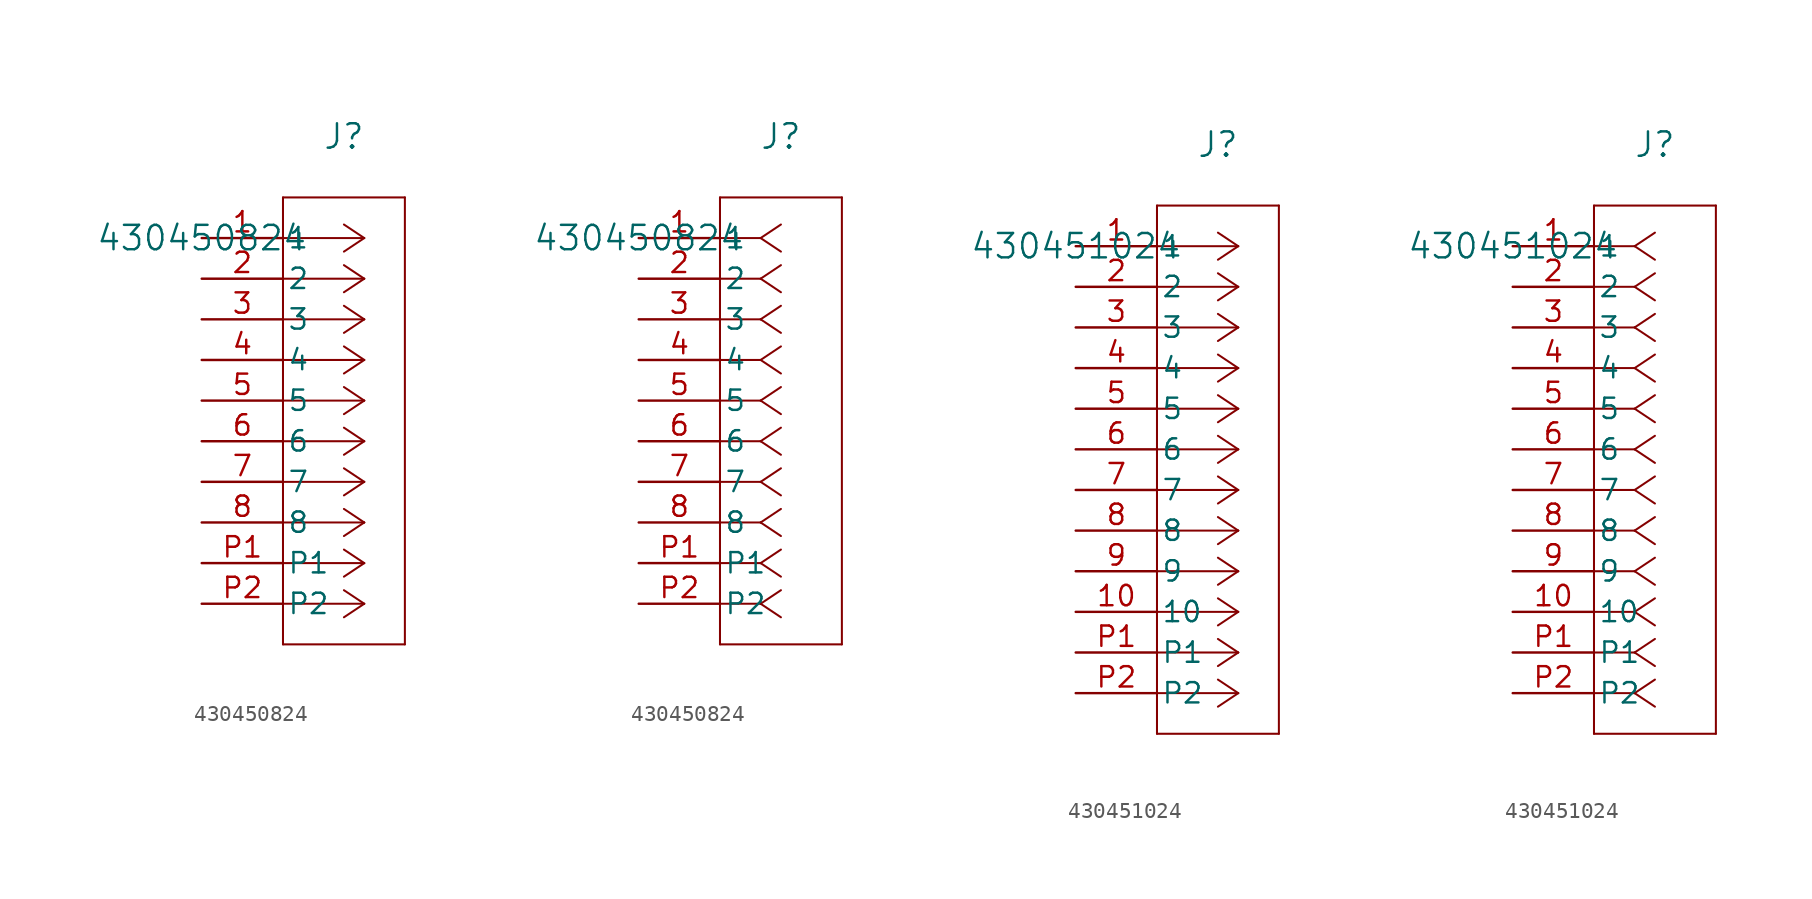
<source format=kicad_sym>
(kicad_symbol_lib
  (version 20220914)
  (generator kicad_symbol_editor)
  (symbol "430450824"
    (pin_names
      (offset 0.254))
    (property "Reference" "J"
      (at 8.89 6.35 0)
      (effects (font (size 1.524 1.524))))
    (property "Value" "430450824"
      (at 0 0 0)
      (effects (font (size 1.524 1.524))))
    (property "ki_locked" ""
      (at 0 0 0)
      (effects (font (size 1.27 1.27))))
    (symbol "430450824_1_1"
      (polyline (pts (xy 5.08 -25.4) (xy 12.7 -25.4)) (stroke (width 0.127) (type default)) (fill (type none)))
      (polyline (pts (xy 5.08 2.54) (xy 5.08 -25.4)) (stroke (width 0.127) (type default)) (fill (type none)))
      (polyline (pts (xy 10.16 -22.86) (xy 5.08 -22.86)) (stroke (width 0.127) (type default)) (fill (type none)))
      (polyline (pts (xy 10.16 -22.86) (xy 8.89 -23.707)) (stroke (width 0.127) (type default)) (fill (type none)))
      (polyline (pts (xy 10.16 -22.86) (xy 8.89 -22.013)) (stroke (width 0.127) (type default)) (fill (type none)))
      (polyline (pts (xy 10.16 -20.32) (xy 5.08 -20.32)) (stroke (width 0.127) (type default)) (fill (type none)))
      (polyline (pts (xy 10.16 -20.32) (xy 8.89 -21.167)) (stroke (width 0.127) (type default)) (fill (type none)))
      (polyline (pts (xy 10.16 -20.32) (xy 8.89 -19.473)) (stroke (width 0.127) (type default)) (fill (type none)))
      (polyline (pts (xy 10.16 -17.78) (xy 5.08 -17.78)) (stroke (width 0.127) (type default)) (fill (type none)))
      (polyline (pts (xy 10.16 -17.78) (xy 8.89 -18.627)) (stroke (width 0.127) (type default)) (fill (type none)))
      (polyline (pts (xy 10.16 -17.78) (xy 8.89 -16.933)) (stroke (width 0.127) (type default)) (fill (type none)))
      (polyline (pts (xy 10.16 -15.24) (xy 5.08 -15.24)) (stroke (width 0.127) (type default)) (fill (type none)))
      (polyline (pts (xy 10.16 -15.24) (xy 8.89 -16.087)) (stroke (width 0.127) (type default)) (fill (type none)))
      (polyline (pts (xy 10.16 -15.24) (xy 8.89 -14.393)) (stroke (width 0.127) (type default)) (fill (type none)))
      (polyline (pts (xy 10.16 -12.7) (xy 5.08 -12.7)) (stroke (width 0.127) (type default)) (fill (type none)))
      (polyline (pts (xy 10.16 -12.7) (xy 8.89 -13.547)) (stroke (width 0.127) (type default)) (fill (type none)))
      (polyline (pts (xy 10.16 -12.7) (xy 8.89 -11.853)) (stroke (width 0.127) (type default)) (fill (type none)))
      (polyline (pts (xy 10.16 -10.16) (xy 5.08 -10.16)) (stroke (width 0.127) (type default)) (fill (type none)))
      (polyline (pts (xy 10.16 -10.16) (xy 8.89 -11.007)) (stroke (width 0.127) (type default)) (fill (type none)))
      (polyline (pts (xy 10.16 -10.16) (xy 8.89 -9.313)) (stroke (width 0.127) (type default)) (fill (type none)))
      (polyline (pts (xy 10.16 -7.62) (xy 5.08 -7.62)) (stroke (width 0.127) (type default)) (fill (type none)))
      (polyline (pts (xy 10.16 -7.62) (xy 8.89 -8.467)) (stroke (width 0.127) (type default)) (fill (type none)))
      (polyline (pts (xy 10.16 -7.62) (xy 8.89 -6.773)) (stroke (width 0.127) (type default)) (fill (type none)))
      (polyline (pts (xy 10.16 -5.08) (xy 5.08 -5.08)) (stroke (width 0.127) (type default)) (fill (type none)))
      (polyline (pts (xy 10.16 -5.08) (xy 8.89 -5.927)) (stroke (width 0.127) (type default)) (fill (type none)))
      (polyline (pts (xy 10.16 -5.08) (xy 8.89 -4.233)) (stroke (width 0.127) (type default)) (fill (type none)))
      (polyline (pts (xy 10.16 -2.54) (xy 5.08 -2.54)) (stroke (width 0.127) (type default)) (fill (type none)))
      (polyline (pts (xy 10.16 -2.54) (xy 8.89 -3.387)) (stroke (width 0.127) (type default)) (fill (type none)))
      (polyline (pts (xy 10.16 -2.54) (xy 8.89 -1.693)) (stroke (width 0.127) (type default)) (fill (type none)))
      (polyline (pts (xy 10.16 0) (xy 5.08 0)) (stroke (width 0.127) (type default)) (fill (type none)))
      (polyline (pts (xy 10.16 0) (xy 8.89 -0.847)) (stroke (width 0.127) (type default)) (fill (type none)))
      (polyline (pts (xy 10.16 0) (xy 8.89 0.847)) (stroke (width 0.127) (type default)) (fill (type none)))
      (polyline (pts (xy 12.7 -25.4) (xy 12.7 2.54)) (stroke (width 0.127) (type default)) (fill (type none)))
      (polyline (pts (xy 12.7 2.54) (xy 5.08 2.54)) (stroke (width 0.127) (type default)) (fill (type none)))
      (pin unspecified line (at 0 0 0) (length 5.08) (name "1" (effects (font (size 1.27 1.27)))) (number "1" (effects (font (size 1.27 1.27)))))
      (pin unspecified line (at 0 -2.54 0) (length 5.08) (name "2" (effects (font (size 1.27 1.27)))) (number "2" (effects (font (size 1.27 1.27)))))
      (pin unspecified line (at 0 -5.08 0) (length 5.08) (name "3" (effects (font (size 1.27 1.27)))) (number "3" (effects (font (size 1.27 1.27)))))
      (pin unspecified line (at 0 -7.62 0) (length 5.08) (name "4" (effects (font (size 1.27 1.27)))) (number "4" (effects (font (size 1.27 1.27)))))
      (pin unspecified line (at 0 -10.16 0) (length 5.08) (name "5" (effects (font (size 1.27 1.27)))) (number "5" (effects (font (size 1.27 1.27)))))
      (pin unspecified line (at 0 -12.7 0) (length 5.08) (name "6" (effects (font (size 1.27 1.27)))) (number "6" (effects (font (size 1.27 1.27)))))
      (pin unspecified line (at 0 -15.24 0) (length 5.08) (name "7" (effects (font (size 1.27 1.27)))) (number "7" (effects (font (size 1.27 1.27)))))
      (pin unspecified line (at 0 -17.78 0) (length 5.08) (name "8" (effects (font (size 1.27 1.27)))) (number "8" (effects (font (size 1.27 1.27)))))
      (pin unspecified line (at 0 -20.32 0) (length 5.08) (name "P1" (effects (font (size 1.27 1.27)))) (number "P1" (effects (font (size 1.27 1.27)))))
      (pin unspecified line (at 0 -22.86 0) (length 5.08) (name "P2" (effects (font (size 1.27 1.27)))) (number "P2" (effects (font (size 1.27 1.27))))))
    (symbol "430450824_1_2"
      (polyline (pts (xy 5.08 -25.4) (xy 12.7 -25.4)) (stroke (width 0.127) (type default)) (fill (type none)))
      (polyline (pts (xy 5.08 2.54) (xy 5.08 -25.4)) (stroke (width 0.127) (type default)) (fill (type none)))
      (polyline (pts (xy 7.62 -22.86) (xy 5.08 -22.86)) (stroke (width 0.127) (type default)) (fill (type none)))
      (polyline (pts (xy 7.62 -22.86) (xy 8.89 -23.707)) (stroke (width 0.127) (type default)) (fill (type none)))
      (polyline (pts (xy 7.62 -22.86) (xy 8.89 -22.013)) (stroke (width 0.127) (type default)) (fill (type none)))
      (polyline (pts (xy 7.62 -20.32) (xy 5.08 -20.32)) (stroke (width 0.127) (type default)) (fill (type none)))
      (polyline (pts (xy 7.62 -20.32) (xy 8.89 -21.167)) (stroke (width 0.127) (type default)) (fill (type none)))
      (polyline (pts (xy 7.62 -20.32) (xy 8.89 -19.473)) (stroke (width 0.127) (type default)) (fill (type none)))
      (polyline (pts (xy 7.62 -17.78) (xy 5.08 -17.78)) (stroke (width 0.127) (type default)) (fill (type none)))
      (polyline (pts (xy 7.62 -17.78) (xy 8.89 -18.627)) (stroke (width 0.127) (type default)) (fill (type none)))
      (polyline (pts (xy 7.62 -17.78) (xy 8.89 -16.933)) (stroke (width 0.127) (type default)) (fill (type none)))
      (polyline (pts (xy 7.62 -15.24) (xy 5.08 -15.24)) (stroke (width 0.127) (type default)) (fill (type none)))
      (polyline (pts (xy 7.62 -15.24) (xy 8.89 -16.087)) (stroke (width 0.127) (type default)) (fill (type none)))
      (polyline (pts (xy 7.62 -15.24) (xy 8.89 -14.393)) (stroke (width 0.127) (type default)) (fill (type none)))
      (polyline (pts (xy 7.62 -12.7) (xy 5.08 -12.7)) (stroke (width 0.127) (type default)) (fill (type none)))
      (polyline (pts (xy 7.62 -12.7) (xy 8.89 -13.547)) (stroke (width 0.127) (type default)) (fill (type none)))
      (polyline (pts (xy 7.62 -12.7) (xy 8.89 -11.853)) (stroke (width 0.127) (type default)) (fill (type none)))
      (polyline (pts (xy 7.62 -10.16) (xy 5.08 -10.16)) (stroke (width 0.127) (type default)) (fill (type none)))
      (polyline (pts (xy 7.62 -10.16) (xy 8.89 -11.007)) (stroke (width 0.127) (type default)) (fill (type none)))
      (polyline (pts (xy 7.62 -10.16) (xy 8.89 -9.313)) (stroke (width 0.127) (type default)) (fill (type none)))
      (polyline (pts (xy 7.62 -7.62) (xy 5.08 -7.62)) (stroke (width 0.127) (type default)) (fill (type none)))
      (polyline (pts (xy 7.62 -7.62) (xy 8.89 -8.467)) (stroke (width 0.127) (type default)) (fill (type none)))
      (polyline (pts (xy 7.62 -7.62) (xy 8.89 -6.773)) (stroke (width 0.127) (type default)) (fill (type none)))
      (polyline (pts (xy 7.62 -5.08) (xy 5.08 -5.08)) (stroke (width 0.127) (type default)) (fill (type none)))
      (polyline (pts (xy 7.62 -5.08) (xy 8.89 -5.927)) (stroke (width 0.127) (type default)) (fill (type none)))
      (polyline (pts (xy 7.62 -5.08) (xy 8.89 -4.233)) (stroke (width 0.127) (type default)) (fill (type none)))
      (polyline (pts (xy 7.62 -2.54) (xy 5.08 -2.54)) (stroke (width 0.127) (type default)) (fill (type none)))
      (polyline (pts (xy 7.62 -2.54) (xy 8.89 -3.387)) (stroke (width 0.127) (type default)) (fill (type none)))
      (polyline (pts (xy 7.62 -2.54) (xy 8.89 -1.693)) (stroke (width 0.127) (type default)) (fill (type none)))
      (polyline (pts (xy 7.62 0) (xy 5.08 0)) (stroke (width 0.127) (type default)) (fill (type none)))
      (polyline (pts (xy 7.62 0) (xy 8.89 -0.847)) (stroke (width 0.127) (type default)) (fill (type none)))
      (polyline (pts (xy 7.62 0) (xy 8.89 0.847)) (stroke (width 0.127) (type default)) (fill (type none)))
      (polyline (pts (xy 12.7 -25.4) (xy 12.7 2.54)) (stroke (width 0.127) (type default)) (fill (type none)))
      (polyline (pts (xy 12.7 2.54) (xy 5.08 2.54)) (stroke (width 0.127) (type default)) (fill (type none)))
      (pin unspecified line (at 0 0 0) (length 5.08) (name "1" (effects (font (size 1.27 1.27)))) (number "1" (effects (font (size 1.27 1.27)))))
      (pin unspecified line (at 0 -2.54 0) (length 5.08) (name "2" (effects (font (size 1.27 1.27)))) (number "2" (effects (font (size 1.27 1.27)))))
      (pin unspecified line (at 0 -5.08 0) (length 5.08) (name "3" (effects (font (size 1.27 1.27)))) (number "3" (effects (font (size 1.27 1.27)))))
      (pin unspecified line (at 0 -7.62 0) (length 5.08) (name "4" (effects (font (size 1.27 1.27)))) (number "4" (effects (font (size 1.27 1.27)))))
      (pin unspecified line (at 0 -10.16 0) (length 5.08) (name "5" (effects (font (size 1.27 1.27)))) (number "5" (effects (font (size 1.27 1.27)))))
      (pin unspecified line (at 0 -12.7 0) (length 5.08) (name "6" (effects (font (size 1.27 1.27)))) (number "6" (effects (font (size 1.27 1.27)))))
      (pin unspecified line (at 0 -15.24 0) (length 5.08) (name "7" (effects (font (size 1.27 1.27)))) (number "7" (effects (font (size 1.27 1.27)))))
      (pin unspecified line (at 0 -17.78 0) (length 5.08) (name "8" (effects (font (size 1.27 1.27)))) (number "8" (effects (font (size 1.27 1.27)))))
      (pin unspecified line (at 0 -20.32 0) (length 5.08) (name "P1" (effects (font (size 1.27 1.27)))) (number "P1" (effects (font (size 1.27 1.27)))))
      (pin unspecified line (at 0 -22.86 0) (length 5.08) (name "P2" (effects (font (size 1.27 1.27)))) (number "P2" (effects (font (size 1.27 1.27)))))))
  (symbol "430451024"
    (pin_names
      (offset 0.254))
    (property "Reference" "J"
      (at 8.89 6.35 0)
      (effects (font (size 1.524 1.524))))
    (property "Value" "430451024"
      (at 0 0 0)
      (effects (font (size 1.524 1.524))))
    (property "ki_locked" ""
      (at 0 0 0)
      (effects (font (size 1.27 1.27))))
    (symbol "430451024_1_1"
      (polyline (pts (xy 5.08 -30.48) (xy 12.7 -30.48)) (stroke (width 0.127) (type default)) (fill (type none)))
      (polyline (pts (xy 5.08 2.54) (xy 5.08 -30.48)) (stroke (width 0.127) (type default)) (fill (type none)))
      (polyline (pts (xy 10.16 -27.94) (xy 5.08 -27.94)) (stroke (width 0.127) (type default)) (fill (type none)))
      (polyline (pts (xy 10.16 -27.94) (xy 8.89 -28.787)) (stroke (width 0.127) (type default)) (fill (type none)))
      (polyline (pts (xy 10.16 -27.94) (xy 8.89 -27.093)) (stroke (width 0.127) (type default)) (fill (type none)))
      (polyline (pts (xy 10.16 -25.4) (xy 5.08 -25.4)) (stroke (width 0.127) (type default)) (fill (type none)))
      (polyline (pts (xy 10.16 -25.4) (xy 8.89 -26.247)) (stroke (width 0.127) (type default)) (fill (type none)))
      (polyline (pts (xy 10.16 -25.4) (xy 8.89 -24.553)) (stroke (width 0.127) (type default)) (fill (type none)))
      (polyline (pts (xy 10.16 -22.86) (xy 5.08 -22.86)) (stroke (width 0.127) (type default)) (fill (type none)))
      (polyline (pts (xy 10.16 -22.86) (xy 8.89 -23.707)) (stroke (width 0.127) (type default)) (fill (type none)))
      (polyline (pts (xy 10.16 -22.86) (xy 8.89 -22.013)) (stroke (width 0.127) (type default)) (fill (type none)))
      (polyline (pts (xy 10.16 -20.32) (xy 5.08 -20.32)) (stroke (width 0.127) (type default)) (fill (type none)))
      (polyline (pts (xy 10.16 -20.32) (xy 8.89 -21.167)) (stroke (width 0.127) (type default)) (fill (type none)))
      (polyline (pts (xy 10.16 -20.32) (xy 8.89 -19.473)) (stroke (width 0.127) (type default)) (fill (type none)))
      (polyline (pts (xy 10.16 -17.78) (xy 5.08 -17.78)) (stroke (width 0.127) (type default)) (fill (type none)))
      (polyline (pts (xy 10.16 -17.78) (xy 8.89 -18.627)) (stroke (width 0.127) (type default)) (fill (type none)))
      (polyline (pts (xy 10.16 -17.78) (xy 8.89 -16.933)) (stroke (width 0.127) (type default)) (fill (type none)))
      (polyline (pts (xy 10.16 -15.24) (xy 5.08 -15.24)) (stroke (width 0.127) (type default)) (fill (type none)))
      (polyline (pts (xy 10.16 -15.24) (xy 8.89 -16.087)) (stroke (width 0.127) (type default)) (fill (type none)))
      (polyline (pts (xy 10.16 -15.24) (xy 8.89 -14.393)) (stroke (width 0.127) (type default)) (fill (type none)))
      (polyline (pts (xy 10.16 -12.7) (xy 5.08 -12.7)) (stroke (width 0.127) (type default)) (fill (type none)))
      (polyline (pts (xy 10.16 -12.7) (xy 8.89 -13.547)) (stroke (width 0.127) (type default)) (fill (type none)))
      (polyline (pts (xy 10.16 -12.7) (xy 8.89 -11.853)) (stroke (width 0.127) (type default)) (fill (type none)))
      (polyline (pts (xy 10.16 -10.16) (xy 5.08 -10.16)) (stroke (width 0.127) (type default)) (fill (type none)))
      (polyline (pts (xy 10.16 -10.16) (xy 8.89 -11.007)) (stroke (width 0.127) (type default)) (fill (type none)))
      (polyline (pts (xy 10.16 -10.16) (xy 8.89 -9.313)) (stroke (width 0.127) (type default)) (fill (type none)))
      (polyline (pts (xy 10.16 -7.62) (xy 5.08 -7.62)) (stroke (width 0.127) (type default)) (fill (type none)))
      (polyline (pts (xy 10.16 -7.62) (xy 8.89 -8.467)) (stroke (width 0.127) (type default)) (fill (type none)))
      (polyline (pts (xy 10.16 -7.62) (xy 8.89 -6.773)) (stroke (width 0.127) (type default)) (fill (type none)))
      (polyline (pts (xy 10.16 -5.08) (xy 5.08 -5.08)) (stroke (width 0.127) (type default)) (fill (type none)))
      (polyline (pts (xy 10.16 -5.08) (xy 8.89 -5.927)) (stroke (width 0.127) (type default)) (fill (type none)))
      (polyline (pts (xy 10.16 -5.08) (xy 8.89 -4.233)) (stroke (width 0.127) (type default)) (fill (type none)))
      (polyline (pts (xy 10.16 -2.54) (xy 5.08 -2.54)) (stroke (width 0.127) (type default)) (fill (type none)))
      (polyline (pts (xy 10.16 -2.54) (xy 8.89 -3.387)) (stroke (width 0.127) (type default)) (fill (type none)))
      (polyline (pts (xy 10.16 -2.54) (xy 8.89 -1.693)) (stroke (width 0.127) (type default)) (fill (type none)))
      (polyline (pts (xy 10.16 0) (xy 5.08 0)) (stroke (width 0.127) (type default)) (fill (type none)))
      (polyline (pts (xy 10.16 0) (xy 8.89 -0.847)) (stroke (width 0.127) (type default)) (fill (type none)))
      (polyline (pts (xy 10.16 0) (xy 8.89 0.847)) (stroke (width 0.127) (type default)) (fill (type none)))
      (polyline (pts (xy 12.7 -30.48) (xy 12.7 2.54)) (stroke (width 0.127) (type default)) (fill (type none)))
      (polyline (pts (xy 12.7 2.54) (xy 5.08 2.54)) (stroke (width 0.127) (type default)) (fill (type none)))
      (pin unspecified line (at 0 0 0) (length 5.08) (name "1" (effects (font (size 1.27 1.27)))) (number "1" (effects (font (size 1.27 1.27)))))
      (pin unspecified line (at 0 -22.86 0) (length 5.08) (name "10" (effects (font (size 1.27 1.27)))) (number "10" (effects (font (size 1.27 1.27)))))
      (pin unspecified line (at 0 -2.54 0) (length 5.08) (name "2" (effects (font (size 1.27 1.27)))) (number "2" (effects (font (size 1.27 1.27)))))
      (pin unspecified line (at 0 -5.08 0) (length 5.08) (name "3" (effects (font (size 1.27 1.27)))) (number "3" (effects (font (size 1.27 1.27)))))
      (pin unspecified line (at 0 -7.62 0) (length 5.08) (name "4" (effects (font (size 1.27 1.27)))) (number "4" (effects (font (size 1.27 1.27)))))
      (pin unspecified line (at 0 -10.16 0) (length 5.08) (name "5" (effects (font (size 1.27 1.27)))) (number "5" (effects (font (size 1.27 1.27)))))
      (pin unspecified line (at 0 -12.7 0) (length 5.08) (name "6" (effects (font (size 1.27 1.27)))) (number "6" (effects (font (size 1.27 1.27)))))
      (pin unspecified line (at 0 -15.24 0) (length 5.08) (name "7" (effects (font (size 1.27 1.27)))) (number "7" (effects (font (size 1.27 1.27)))))
      (pin unspecified line (at 0 -17.78 0) (length 5.08) (name "8" (effects (font (size 1.27 1.27)))) (number "8" (effects (font (size 1.27 1.27)))))
      (pin unspecified line (at 0 -20.32 0) (length 5.08) (name "9" (effects (font (size 1.27 1.27)))) (number "9" (effects (font (size 1.27 1.27)))))
      (pin unspecified line (at 0 -25.4 0) (length 5.08) (name "P1" (effects (font (size 1.27 1.27)))) (number "P1" (effects (font (size 1.27 1.27)))))
      (pin unspecified line (at 0 -27.94 0) (length 5.08) (name "P2" (effects (font (size 1.27 1.27)))) (number "P2" (effects (font (size 1.27 1.27))))))
    (symbol "430451024_1_2"
      (polyline (pts (xy 5.08 -30.48) (xy 12.7 -30.48)) (stroke (width 0.127) (type default)) (fill (type none)))
      (polyline (pts (xy 5.08 2.54) (xy 5.08 -30.48)) (stroke (width 0.127) (type default)) (fill (type none)))
      (polyline (pts (xy 7.62 -27.94) (xy 5.08 -27.94)) (stroke (width 0.127) (type default)) (fill (type none)))
      (polyline (pts (xy 7.62 -27.94) (xy 8.89 -28.787)) (stroke (width 0.127) (type default)) (fill (type none)))
      (polyline (pts (xy 7.62 -27.94) (xy 8.89 -27.093)) (stroke (width 0.127) (type default)) (fill (type none)))
      (polyline (pts (xy 7.62 -25.4) (xy 5.08 -25.4)) (stroke (width 0.127) (type default)) (fill (type none)))
      (polyline (pts (xy 7.62 -25.4) (xy 8.89 -26.247)) (stroke (width 0.127) (type default)) (fill (type none)))
      (polyline (pts (xy 7.62 -25.4) (xy 8.89 -24.553)) (stroke (width 0.127) (type default)) (fill (type none)))
      (polyline (pts (xy 7.62 -22.86) (xy 5.08 -22.86)) (stroke (width 0.127) (type default)) (fill (type none)))
      (polyline (pts (xy 7.62 -22.86) (xy 8.89 -23.707)) (stroke (width 0.127) (type default)) (fill (type none)))
      (polyline (pts (xy 7.62 -22.86) (xy 8.89 -22.013)) (stroke (width 0.127) (type default)) (fill (type none)))
      (polyline (pts (xy 7.62 -20.32) (xy 5.08 -20.32)) (stroke (width 0.127) (type default)) (fill (type none)))
      (polyline (pts (xy 7.62 -20.32) (xy 8.89 -21.167)) (stroke (width 0.127) (type default)) (fill (type none)))
      (polyline (pts (xy 7.62 -20.32) (xy 8.89 -19.473)) (stroke (width 0.127) (type default)) (fill (type none)))
      (polyline (pts (xy 7.62 -17.78) (xy 5.08 -17.78)) (stroke (width 0.127) (type default)) (fill (type none)))
      (polyline (pts (xy 7.62 -17.78) (xy 8.89 -18.627)) (stroke (width 0.127) (type default)) (fill (type none)))
      (polyline (pts (xy 7.62 -17.78) (xy 8.89 -16.933)) (stroke (width 0.127) (type default)) (fill (type none)))
      (polyline (pts (xy 7.62 -15.24) (xy 5.08 -15.24)) (stroke (width 0.127) (type default)) (fill (type none)))
      (polyline (pts (xy 7.62 -15.24) (xy 8.89 -16.087)) (stroke (width 0.127) (type default)) (fill (type none)))
      (polyline (pts (xy 7.62 -15.24) (xy 8.89 -14.393)) (stroke (width 0.127) (type default)) (fill (type none)))
      (polyline (pts (xy 7.62 -12.7) (xy 5.08 -12.7)) (stroke (width 0.127) (type default)) (fill (type none)))
      (polyline (pts (xy 7.62 -12.7) (xy 8.89 -13.547)) (stroke (width 0.127) (type default)) (fill (type none)))
      (polyline (pts (xy 7.62 -12.7) (xy 8.89 -11.853)) (stroke (width 0.127) (type default)) (fill (type none)))
      (polyline (pts (xy 7.62 -10.16) (xy 5.08 -10.16)) (stroke (width 0.127) (type default)) (fill (type none)))
      (polyline (pts (xy 7.62 -10.16) (xy 8.89 -11.007)) (stroke (width 0.127) (type default)) (fill (type none)))
      (polyline (pts (xy 7.62 -10.16) (xy 8.89 -9.313)) (stroke (width 0.127) (type default)) (fill (type none)))
      (polyline (pts (xy 7.62 -7.62) (xy 5.08 -7.62)) (stroke (width 0.127) (type default)) (fill (type none)))
      (polyline (pts (xy 7.62 -7.62) (xy 8.89 -8.467)) (stroke (width 0.127) (type default)) (fill (type none)))
      (polyline (pts (xy 7.62 -7.62) (xy 8.89 -6.773)) (stroke (width 0.127) (type default)) (fill (type none)))
      (polyline (pts (xy 7.62 -5.08) (xy 5.08 -5.08)) (stroke (width 0.127) (type default)) (fill (type none)))
      (polyline (pts (xy 7.62 -5.08) (xy 8.89 -5.927)) (stroke (width 0.127) (type default)) (fill (type none)))
      (polyline (pts (xy 7.62 -5.08) (xy 8.89 -4.233)) (stroke (width 0.127) (type default)) (fill (type none)))
      (polyline (pts (xy 7.62 -2.54) (xy 5.08 -2.54)) (stroke (width 0.127) (type default)) (fill (type none)))
      (polyline (pts (xy 7.62 -2.54) (xy 8.89 -3.387)) (stroke (width 0.127) (type default)) (fill (type none)))
      (polyline (pts (xy 7.62 -2.54) (xy 8.89 -1.693)) (stroke (width 0.127) (type default)) (fill (type none)))
      (polyline (pts (xy 7.62 0) (xy 5.08 0)) (stroke (width 0.127) (type default)) (fill (type none)))
      (polyline (pts (xy 7.62 0) (xy 8.89 -0.847)) (stroke (width 0.127) (type default)) (fill (type none)))
      (polyline (pts (xy 7.62 0) (xy 8.89 0.847)) (stroke (width 0.127) (type default)) (fill (type none)))
      (polyline (pts (xy 12.7 -30.48) (xy 12.7 2.54)) (stroke (width 0.127) (type default)) (fill (type none)))
      (polyline (pts (xy 12.7 2.54) (xy 5.08 2.54)) (stroke (width 0.127) (type default)) (fill (type none)))
      (pin unspecified line (at 0 0 0) (length 5.08) (name "1" (effects (font (size 1.27 1.27)))) (number "1" (effects (font (size 1.27 1.27)))))
      (pin unspecified line (at 0 -22.86 0) (length 5.08) (name "10" (effects (font (size 1.27 1.27)))) (number "10" (effects (font (size 1.27 1.27)))))
      (pin unspecified line (at 0 -2.54 0) (length 5.08) (name "2" (effects (font (size 1.27 1.27)))) (number "2" (effects (font (size 1.27 1.27)))))
      (pin unspecified line (at 0 -5.08 0) (length 5.08) (name "3" (effects (font (size 1.27 1.27)))) (number "3" (effects (font (size 1.27 1.27)))))
      (pin unspecified line (at 0 -7.62 0) (length 5.08) (name "4" (effects (font (size 1.27 1.27)))) (number "4" (effects (font (size 1.27 1.27)))))
      (pin unspecified line (at 0 -10.16 0) (length 5.08) (name "5" (effects (font (size 1.27 1.27)))) (number "5" (effects (font (size 1.27 1.27)))))
      (pin unspecified line (at 0 -12.7 0) (length 5.08) (name "6" (effects (font (size 1.27 1.27)))) (number "6" (effects (font (size 1.27 1.27)))))
      (pin unspecified line (at 0 -15.24 0) (length 5.08) (name "7" (effects (font (size 1.27 1.27)))) (number "7" (effects (font (size 1.27 1.27)))))
      (pin unspecified line (at 0 -17.78 0) (length 5.08) (name "8" (effects (font (size 1.27 1.27)))) (number "8" (effects (font (size 1.27 1.27)))))
      (pin unspecified line (at 0 -20.32 0) (length 5.08) (name "9" (effects (font (size 1.27 1.27)))) (number "9" (effects (font (size 1.27 1.27)))))
      (pin unspecified line (at 0 -25.4 0) (length 5.08) (name "P1" (effects (font (size 1.27 1.27)))) (number "P1" (effects (font (size 1.27 1.27)))))
      (pin unspecified line (at 0 -27.94 0) (length 5.08) (name "P2" (effects (font (size 1.27 1.27)))) (number "P2" (effects (font (size 1.27 1.27))))))))
</source>
